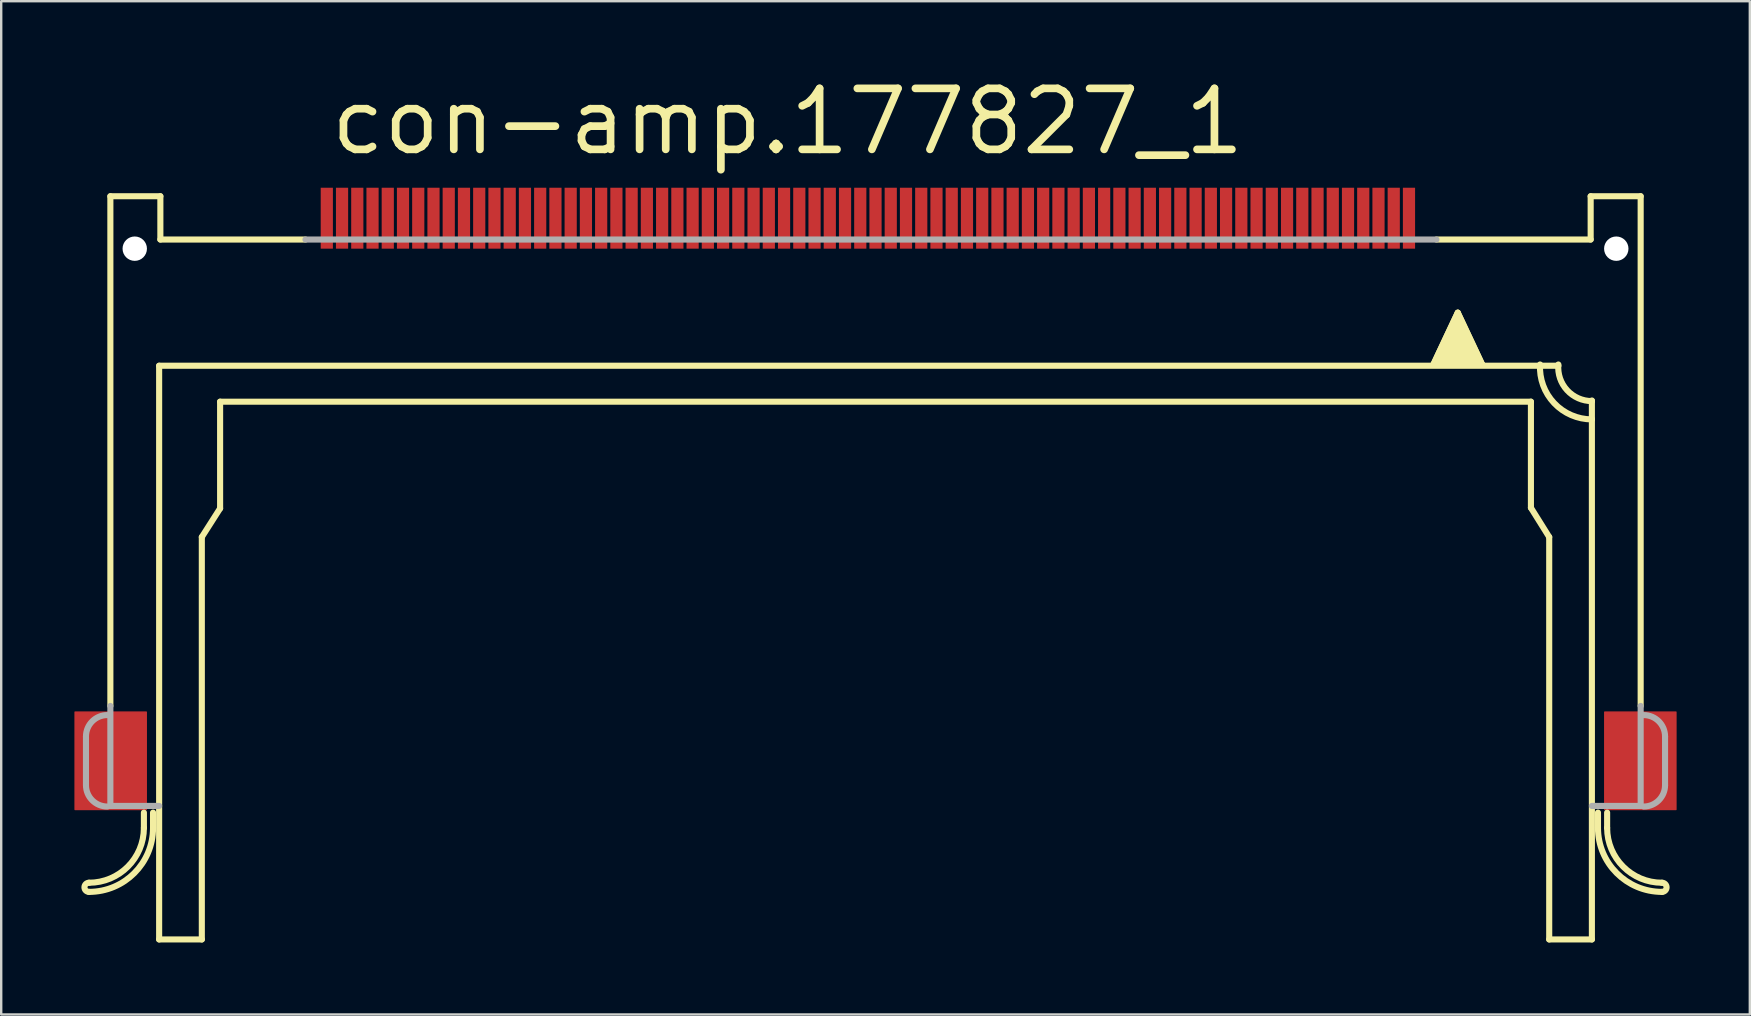
<source format=kicad_pcb>
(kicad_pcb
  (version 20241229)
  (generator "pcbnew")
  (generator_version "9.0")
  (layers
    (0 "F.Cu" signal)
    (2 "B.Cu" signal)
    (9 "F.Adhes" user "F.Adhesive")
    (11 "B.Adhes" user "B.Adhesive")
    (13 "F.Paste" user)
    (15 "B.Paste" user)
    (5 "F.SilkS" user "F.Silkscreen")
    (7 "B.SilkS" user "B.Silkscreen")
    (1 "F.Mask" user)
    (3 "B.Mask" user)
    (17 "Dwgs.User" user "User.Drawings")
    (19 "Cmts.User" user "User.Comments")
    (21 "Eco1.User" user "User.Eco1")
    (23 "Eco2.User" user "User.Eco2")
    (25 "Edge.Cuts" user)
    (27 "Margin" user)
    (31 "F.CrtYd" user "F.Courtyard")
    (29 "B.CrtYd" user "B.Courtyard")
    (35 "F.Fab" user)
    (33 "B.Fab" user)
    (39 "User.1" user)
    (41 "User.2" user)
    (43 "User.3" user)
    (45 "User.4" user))
  (footprint "con-amp.177827_1"
    (layer "F.Cu")
    (at 33.425 7.31)
    (property "Reference" "con-amp.177827_1" (at -22.86 -3.81 0) (layer "F.SilkS") (effects (font (size 2.54 2.54) (thickness 0.32)) (justify left bottom)))
    (attr smd)
    (fp_rect (start -33.35 23.368) (end -30.378 19.304) (stroke (width 0.05) (type default)) (fill yes) (layer "F.Cu"))
    (fp_rect (start 30.378 23.368) (end 33.35 19.304) (stroke (width 0.05) (type default)) (fill yes) (layer "F.Cu"))
    (fp_rect (start -33.4 23.4) (end -30.325 19.25) (stroke (width 0.05) (type default)) (fill yes) (layer "F.Mask"))
    (fp_rect (start 30.325 23.425) (end 33.4 19.275) (stroke (width 0.05) (type default)) (fill yes) (layer "F.Mask"))
    (fp_line (start -31.877 -2.184) (end -29.794 -2.184) (stroke (width 0.254) (type default)) (layer "F.SilkS"))
    (fp_line (start -31.877 19.05) (end -31.877 -2.184) (stroke (width 0.254) (type default)) (layer "F.SilkS"))
    (fp_line (start -30.48 24.13) (end -30.48 23.495) (stroke (width 0.254) (type default)) (layer "F.SilkS"))
    (fp_line (start -30.099 24.13) (end -30.099 23.495) (stroke (width 0.254) (type default)) (layer "F.SilkS"))
    (fp_line (start -29.845 4.877) (end 28.448 4.877) (stroke (width 0.254) (type default)) (layer "F.SilkS"))
    (fp_line (start -29.845 28.778) (end -29.845 4.877) (stroke (width 0.254) (type default)) (layer "F.SilkS"))
    (fp_line (start -29.794 -2.184) (end -29.794 -0.381) (stroke (width 0.254) (type default)) (layer "F.SilkS"))
    (fp_line (start -29.794 -0.381) (end -23.749 -0.381) (stroke (width 0.254) (type default)) (layer "F.SilkS"))
    (fp_line (start -28.067 12.014) (end -27.305 10.82) (stroke (width 0.254) (type default)) (layer "F.SilkS"))
    (fp_line (start -28.067 28.778) (end -29.845 28.778) (stroke (width 0.254) (type default)) (layer "F.SilkS"))
    (fp_line (start -28.067 28.778) (end -28.067 12.014) (stroke (width 0.254) (type default)) (layer "F.SilkS"))
    (fp_line (start -27.305 6.375) (end 27.305 6.375) (stroke (width 0.254) (type default)) (layer "F.SilkS"))
    (fp_line (start -27.305 10.82) (end -27.305 6.375) (stroke (width 0.254) (type default)) (layer "F.SilkS"))
    (fp_line (start 23.241 4.826) (end 25.273 4.826) (stroke (width 0.254) (type default)) (layer "F.SilkS"))
    (fp_line (start 23.368 -0.381) (end 29.794 -0.381) (stroke (width 0.254) (type default)) (layer "F.SilkS"))
    (fp_line (start 24.257 2.667) (end 23.241 4.826) (stroke (width 0.254) (type default)) (layer "F.SilkS"))
    (fp_line (start 25.273 4.826) (end 24.257 2.667) (stroke (width 0.254) (type default)) (layer "F.SilkS"))
    (fp_line (start 27.305 6.375) (end 27.305 10.795) (stroke (width 0.254) (type default)) (layer "F.SilkS"))
    (fp_line (start 27.305 10.795) (end 28.067 12.014) (stroke (width 0.254) (type default)) (layer "F.SilkS"))
    (fp_line (start 28.067 12.014) (end 28.067 28.778) (stroke (width 0.254) (type default)) (layer "F.SilkS"))
    (fp_line (start 29.794 -2.184) (end 31.877 -2.184) (stroke (width 0.254) (type default)) (layer "F.SilkS"))
    (fp_line (start 29.794 -0.381) (end 29.794 -2.184) (stroke (width 0.254) (type default)) (layer "F.SilkS"))
    (fp_line (start 29.845 6.325) (end 29.845 6.35) (stroke (width 0.254) (type default)) (layer "F.SilkS"))
    (fp_line (start 29.845 6.35) (end 29.845 7.112) (stroke (width 0.254) (type default)) (layer "F.SilkS"))
    (fp_line (start 29.845 7.112) (end 29.845 28.778) (stroke (width 0.254) (type default)) (layer "F.SilkS"))
    (fp_line (start 29.845 28.778) (end 28.067 28.778) (stroke (width 0.254) (type default)) (layer "F.SilkS"))
    (fp_line (start 30.099 24.13) (end 30.099 23.495) (stroke (width 0.254) (type default)) (layer "F.SilkS"))
    (fp_line (start 30.48 24.13) (end 30.48 23.495) (stroke (width 0.254) (type default)) (layer "F.SilkS"))
    (fp_line (start 31.877 -2.184) (end 31.877 19.05) (stroke (width 0.254) (type default)) (layer "F.SilkS"))
    (fp_arc (start -32.766 26.797) (mid -32.9565 26.6065) (end -32.766 26.416) (stroke (width 0.254) (type default)) (layer "F.SilkS"))
    (fp_arc (start -30.48 24.13) (mid -31.149554 25.746446) (end -32.766 26.416) (stroke (width 0.254) (type default)) (layer "F.SilkS"))
    (fp_arc (start -30.099 24.13) (mid -30.880146 26.015854) (end -32.766 26.797) (stroke (width 0.254) (type default)) (layer "F.SilkS"))
    (fp_arc (start 29.845 6.35) (mid 28.811295 5.895271) (end 28.448 4.826) (stroke (width 0.254) (type default)) (layer "F.SilkS"))
    (fp_arc (start 29.845 7.1119) (mid 28.27285 6.434251) (end 27.686 4.826) (stroke (width 0.254) (type default)) (layer "F.SilkS"))
    (fp_arc (start 32.766 26.416) (mid 31.149554 25.746446) (end 30.48 24.13) (stroke (width 0.254) (type default)) (layer "F.SilkS"))
    (fp_arc (start 32.766 26.416) (mid 32.9565 26.6065) (end 32.766 26.797) (stroke (width 0.254) (type default)) (layer "F.SilkS"))
    (fp_arc (start 32.766 26.797) (mid 30.880146 26.015854) (end 30.099 24.13) (stroke (width 0.254) (type default)) (layer "F.SilkS"))
    (fp_poly (pts (xy 24.257 2.667) (xy 23.241 4.826) (xy 25.273 4.826)) (stroke (width 0.254) (type default)) (fill yes) (layer "F.SilkS"))
    (fp_rect (start -33.025 23.1) (end -31.15 19.525) (stroke (width 0.05) (type default)) (fill yes) (layer "F.Paste"))
    (fp_rect (start 31.125 23.075) (end 33 19.5) (stroke (width 0.05) (type default)) (fill yes) (layer "F.Paste"))
    (fp_line (start -32.893 20.32) (end -32.893 22.352) (stroke (width 0.254) (type default)) (layer "F.Fab"))
    (fp_line (start -31.877 23.216) (end -31.877 19.05) (stroke (width 0.254) (type default)) (layer "F.Fab"))
    (fp_line (start -29.845 23.216) (end -31.877 23.216) (stroke (width 0.254) (type default)) (layer "F.Fab"))
    (fp_line (start -23.749 -0.381) (end 23.368 -0.381) (stroke (width 0.254) (type default)) (layer "F.Fab"))
    (fp_line (start 31.877 19.05) (end 31.877 23.216) (stroke (width 0.254) (type default)) (layer "F.Fab"))
    (fp_line (start 31.877 23.216) (end 29.845 23.216) (stroke (width 0.254) (type default)) (layer "F.Fab"))
    (fp_line (start 32.893 20.32) (end 32.893 22.352) (stroke (width 0.254) (type default)) (layer "F.Fab"))
    (fp_arc (start -32.893 20.32) (mid -32.632618 19.691382) (end -32.004 19.431) (stroke (width 0.254) (type default)) (layer "F.Fab"))
    (fp_arc (start -32.004 23.241) (mid -32.632618 22.980618) (end -32.893 22.352) (stroke (width 0.254) (type default)) (layer "F.Fab"))
    (fp_arc (start 32.004 19.431) (mid 32.632618 19.691382) (end 32.893 20.32) (stroke (width 0.254) (type default)) (layer "F.Fab"))
    (fp_arc (start 32.893 22.352) (mid 32.632618 22.980618) (end 32.004 23.241) (stroke (width 0.254) (type default)) (layer "F.Fab"))
    (pad "" np_thru_hole circle (at -30.861 0) (size 1.016 1.016) (drill 1.016) (layers "*.Cu" "*.Mask"))
    (pad "" np_thru_hole circle (at 30.861 0) (size 1.016 1.016) (drill 1.016) (layers "*.Cu" "*.Mask"))
    (pad "1" smd roundrect (at 22.225 -1.27) (size 0.508 2.54) (layers "F.Cu" "F.Mask" "F.Paste") (roundrect_rratio 0.01))
    (pad "2" smd roundrect (at 21.59 -1.27) (size 0.508 2.54) (layers "F.Cu" "F.Mask" "F.Paste") (roundrect_rratio 0.01))
    (pad "3" smd roundrect (at 20.955 -1.27) (size 0.508 2.54) (layers "F.Cu" "F.Mask" "F.Paste") (roundrect_rratio 0.01))
    (pad "4" smd roundrect (at 20.32 -1.27) (size 0.508 2.54) (layers "F.Cu" "F.Mask" "F.Paste") (roundrect_rratio 0.01))
    (pad "5" smd roundrect (at 19.685 -1.27) (size 0.508 2.54) (layers "F.Cu" "F.Mask" "F.Paste") (roundrect_rratio 0.01))
    (pad "6" smd roundrect (at 19.05 -1.27) (size 0.508 2.54) (layers "F.Cu" "F.Mask" "F.Paste") (roundrect_rratio 0.01))
    (pad "7" smd roundrect (at 18.415 -1.27) (size 0.508 2.54) (layers "F.Cu" "F.Mask" "F.Paste") (roundrect_rratio 0.01))
    (pad "8" smd roundrect (at 17.78 -1.27) (size 0.508 2.54) (layers "F.Cu" "F.Mask" "F.Paste") (roundrect_rratio 0.01))
    (pad "9" smd roundrect (at 17.145 -1.27) (size 0.508 2.54) (layers "F.Cu" "F.Mask" "F.Paste") (roundrect_rratio 0.01))
    (pad "10" smd roundrect (at 16.51 -1.27) (size 0.508 2.54) (layers "F.Cu" "F.Mask" "F.Paste") (roundrect_rratio 0.01))
    (pad "11" smd roundrect (at 15.875 -1.27) (size 0.508 2.54) (layers "F.Cu" "F.Mask" "F.Paste") (roundrect_rratio 0.01))
    (pad "12" smd roundrect (at 15.24 -1.27) (size 0.508 2.54) (layers "F.Cu" "F.Mask" "F.Paste") (roundrect_rratio 0.01))
    (pad "13" smd roundrect (at 14.605 -1.27) (size 0.508 2.54) (layers "F.Cu" "F.Mask" "F.Paste") (roundrect_rratio 0.01))
    (pad "14" smd roundrect (at 13.97 -1.27) (size 0.508 2.54) (layers "F.Cu" "F.Mask" "F.Paste") (roundrect_rratio 0.01))
    (pad "15" smd roundrect (at 13.335 -1.27) (size 0.508 2.54) (layers "F.Cu" "F.Mask" "F.Paste") (roundrect_rratio 0.01))
    (pad "16" smd roundrect (at 12.7 -1.27) (size 0.508 2.54) (layers "F.Cu" "F.Mask" "F.Paste") (roundrect_rratio 0.01))
    (pad "17" smd roundrect (at 12.065 -1.27) (size 0.508 2.54) (layers "F.Cu" "F.Mask" "F.Paste") (roundrect_rratio 0.01))
    (pad "18" smd roundrect (at 11.43 -1.27) (size 0.508 2.54) (layers "F.Cu" "F.Mask" "F.Paste") (roundrect_rratio 0.01))
    (pad "19" smd roundrect (at 10.795 -1.27) (size 0.508 2.54) (layers "F.Cu" "F.Mask" "F.Paste") (roundrect_rratio 0.01))
    (pad "20" smd roundrect (at 10.16 -1.27) (size 0.508 2.54) (layers "F.Cu" "F.Mask" "F.Paste") (roundrect_rratio 0.01))
    (pad "21" smd roundrect (at 9.525 -1.27) (size 0.508 2.54) (layers "F.Cu" "F.Mask" "F.Paste") (roundrect_rratio 0.01))
    (pad "22" smd roundrect (at 8.89 -1.27) (size 0.508 2.54) (layers "F.Cu" "F.Mask" "F.Paste") (roundrect_rratio 0.01))
    (pad "23" smd roundrect (at 8.255 -1.27) (size 0.508 2.54) (layers "F.Cu" "F.Mask" "F.Paste") (roundrect_rratio 0.01))
    (pad "24" smd roundrect (at 7.62 -1.27) (size 0.508 2.54) (layers "F.Cu" "F.Mask" "F.Paste") (roundrect_rratio 0.01))
    (pad "25" smd roundrect (at 6.985 -1.27) (size 0.508 2.54) (layers "F.Cu" "F.Mask" "F.Paste") (roundrect_rratio 0.01))
    (pad "26" smd roundrect (at 6.35 -1.27) (size 0.508 2.54) (layers "F.Cu" "F.Mask" "F.Paste") (roundrect_rratio 0.01))
    (pad "27" smd roundrect (at 5.715 -1.27) (size 0.508 2.54) (layers "F.Cu" "F.Mask" "F.Paste") (roundrect_rratio 0.01))
    (pad "28" smd roundrect (at 5.08 -1.27) (size 0.508 2.54) (layers "F.Cu" "F.Mask" "F.Paste") (roundrect_rratio 0.01))
    (pad "29" smd roundrect (at 4.445 -1.27) (size 0.508 2.54) (layers "F.Cu" "F.Mask" "F.Paste") (roundrect_rratio 0.01))
    (pad "30" smd roundrect (at 3.81 -1.27) (size 0.508 2.54) (layers "F.Cu" "F.Mask" "F.Paste") (roundrect_rratio 0.01))
    (pad "31" smd roundrect (at 3.175 -1.27) (size 0.508 2.54) (layers "F.Cu" "F.Mask" "F.Paste") (roundrect_rratio 0.01))
    (pad "32" smd roundrect (at 2.54 -1.27) (size 0.508 2.54) (layers "F.Cu" "F.Mask" "F.Paste") (roundrect_rratio 0.01))
    (pad "33" smd roundrect (at 1.905 -1.27) (size 0.508 2.54) (layers "F.Cu" "F.Mask" "F.Paste") (roundrect_rratio 0.01))
    (pad "34" smd roundrect (at 1.27 -1.27) (size 0.508 2.54) (layers "F.Cu" "F.Mask" "F.Paste") (roundrect_rratio 0.01))
    (pad "35" smd roundrect (at 0.635 -1.27) (size 0.508 2.54) (layers "F.Cu" "F.Mask" "F.Paste") (roundrect_rratio 0.01))
    (pad "36" smd roundrect (at 0 -1.27) (size 0.508 2.54) (layers "F.Cu" "F.Mask" "F.Paste") (roundrect_rratio 0.01))
    (pad "37" smd roundrect (at -0.635 -1.27) (size 0.508 2.54) (layers "F.Cu" "F.Mask" "F.Paste") (roundrect_rratio 0.01))
    (pad "38" smd roundrect (at -1.27 -1.27) (size 0.508 2.54) (layers "F.Cu" "F.Mask" "F.Paste") (roundrect_rratio 0.01))
    (pad "39" smd roundrect (at -1.905 -1.27) (size 0.508 2.54) (layers "F.Cu" "F.Mask" "F.Paste") (roundrect_rratio 0.01))
    (pad "40" smd roundrect (at -2.54 -1.27) (size 0.508 2.54) (layers "F.Cu" "F.Mask" "F.Paste") (roundrect_rratio 0.01))
    (pad "41" smd roundrect (at -3.175 -1.27) (size 0.508 2.54) (layers "F.Cu" "F.Mask" "F.Paste") (roundrect_rratio 0.01))
    (pad "42" smd roundrect (at -3.81 -1.27) (size 0.508 2.54) (layers "F.Cu" "F.Mask" "F.Paste") (roundrect_rratio 0.01))
    (pad "43" smd roundrect (at -4.445 -1.27) (size 0.508 2.54) (layers "F.Cu" "F.Mask" "F.Paste") (roundrect_rratio 0.01))
    (pad "44" smd roundrect (at -5.08 -1.27) (size 0.508 2.54) (layers "F.Cu" "F.Mask" "F.Paste") (roundrect_rratio 0.01))
    (pad "45" smd roundrect (at -5.715 -1.27) (size 0.508 2.54) (layers "F.Cu" "F.Mask" "F.Paste") (roundrect_rratio 0.01))
    (pad "46" smd roundrect (at -6.35 -1.27) (size 0.508 2.54) (layers "F.Cu" "F.Mask" "F.Paste") (roundrect_rratio 0.01))
    (pad "47" smd roundrect (at -6.985 -1.27) (size 0.508 2.54) (layers "F.Cu" "F.Mask" "F.Paste") (roundrect_rratio 0.01))
    (pad "48" smd roundrect (at -7.62 -1.27) (size 0.508 2.54) (layers "F.Cu" "F.Mask" "F.Paste") (roundrect_rratio 0.01))
    (pad "49" smd roundrect (at -8.255 -1.27) (size 0.508 2.54) (layers "F.Cu" "F.Mask" "F.Paste") (roundrect_rratio 0.01))
    (pad "50" smd roundrect (at -8.89 -1.27) (size 0.508 2.54) (layers "F.Cu" "F.Mask" "F.Paste") (roundrect_rratio 0.01))
    (pad "51" smd roundrect (at -9.525 -1.27) (size 0.508 2.54) (layers "F.Cu" "F.Mask" "F.Paste") (roundrect_rratio 0.01))
    (pad "52" smd roundrect (at -10.16 -1.27) (size 0.508 2.54) (layers "F.Cu" "F.Mask" "F.Paste") (roundrect_rratio 0.01))
    (pad "53" smd roundrect (at -10.795 -1.27) (size 0.508 2.54) (layers "F.Cu" "F.Mask" "F.Paste") (roundrect_rratio 0.01))
    (pad "54" smd roundrect (at -11.43 -1.27) (size 0.508 2.54) (layers "F.Cu" "F.Mask" "F.Paste") (roundrect_rratio 0.01))
    (pad "55" smd roundrect (at -12.065 -1.27) (size 0.508 2.54) (layers "F.Cu" "F.Mask" "F.Paste") (roundrect_rratio 0.01))
    (pad "56" smd roundrect (at -12.7 -1.27) (size 0.508 2.54) (layers "F.Cu" "F.Mask" "F.Paste") (roundrect_rratio 0.01))
    (pad "57" smd roundrect (at -13.335 -1.27) (size 0.508 2.54) (layers "F.Cu" "F.Mask" "F.Paste") (roundrect_rratio 0.01))
    (pad "58" smd roundrect (at -13.97 -1.27) (size 0.508 2.54) (layers "F.Cu" "F.Mask" "F.Paste") (roundrect_rratio 0.01))
    (pad "59" smd roundrect (at -14.605 -1.27) (size 0.508 2.54) (layers "F.Cu" "F.Mask" "F.Paste") (roundrect_rratio 0.01))
    (pad "60" smd roundrect (at -15.24 -1.27) (size 0.508 2.54) (layers "F.Cu" "F.Mask" "F.Paste") (roundrect_rratio 0.01))
    (pad "61" smd roundrect (at -15.875 -1.27) (size 0.508 2.54) (layers "F.Cu" "F.Mask" "F.Paste") (roundrect_rratio 0.01))
    (pad "62" smd roundrect (at -16.51 -1.27) (size 0.508 2.54) (layers "F.Cu" "F.Mask" "F.Paste") (roundrect_rratio 0.01))
    (pad "63" smd roundrect (at -17.145 -1.27) (size 0.508 2.54) (layers "F.Cu" "F.Mask" "F.Paste") (roundrect_rratio 0.01))
    (pad "64" smd roundrect (at -17.78 -1.27) (size 0.508 2.54) (layers "F.Cu" "F.Mask" "F.Paste") (roundrect_rratio 0.01))
    (pad "65" smd roundrect (at -18.415 -1.27) (size 0.508 2.54) (layers "F.Cu" "F.Mask" "F.Paste") (roundrect_rratio 0.01))
    (pad "66" smd roundrect (at -19.05 -1.27) (size 0.508 2.54) (layers "F.Cu" "F.Mask" "F.Paste") (roundrect_rratio 0.01))
    (pad "67" smd roundrect (at -19.685 -1.27) (size 0.508 2.54) (layers "F.Cu" "F.Mask" "F.Paste") (roundrect_rratio 0.01))
    (pad "68" smd roundrect (at -20.32 -1.27) (size 0.508 2.54) (layers "F.Cu" "F.Mask" "F.Paste") (roundrect_rratio 0.01))
    (pad "69" smd roundrect (at -20.955 -1.27) (size 0.508 2.54) (layers "F.Cu" "F.Mask" "F.Paste") (roundrect_rratio 0.01))
    (pad "70" smd roundrect (at -21.59 -1.27) (size 0.508 2.54) (layers "F.Cu" "F.Mask" "F.Paste") (roundrect_rratio 0.01))
    (pad "71" smd roundrect (at -22.225 -1.27) (size 0.508 2.54) (layers "F.Cu" "F.Mask" "F.Paste") (roundrect_rratio 0.01))
    (pad "72" smd roundrect (at -22.86 -1.27) (size 0.508 2.54) (layers "F.Cu" "F.Mask" "F.Paste") (roundrect_rratio 0.01)))
  (gr_rect
    (start -3 -3)
    (end 69.85 39.215)
    (stroke (width 0.1) (type default))
    (fill no)
    (layer "Edge.Cuts")))
</source>
